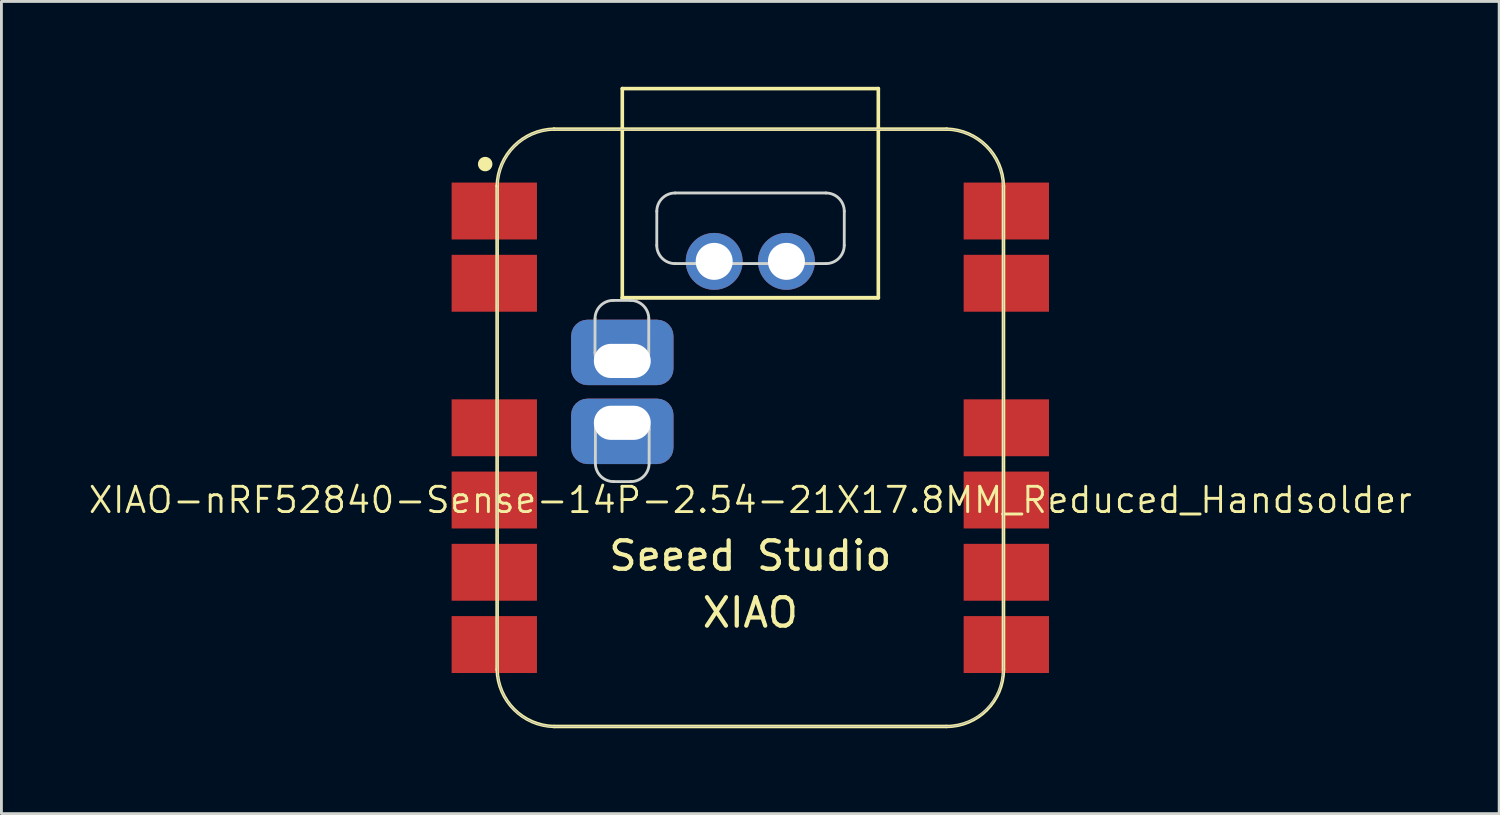
<source format=kicad_pcb>
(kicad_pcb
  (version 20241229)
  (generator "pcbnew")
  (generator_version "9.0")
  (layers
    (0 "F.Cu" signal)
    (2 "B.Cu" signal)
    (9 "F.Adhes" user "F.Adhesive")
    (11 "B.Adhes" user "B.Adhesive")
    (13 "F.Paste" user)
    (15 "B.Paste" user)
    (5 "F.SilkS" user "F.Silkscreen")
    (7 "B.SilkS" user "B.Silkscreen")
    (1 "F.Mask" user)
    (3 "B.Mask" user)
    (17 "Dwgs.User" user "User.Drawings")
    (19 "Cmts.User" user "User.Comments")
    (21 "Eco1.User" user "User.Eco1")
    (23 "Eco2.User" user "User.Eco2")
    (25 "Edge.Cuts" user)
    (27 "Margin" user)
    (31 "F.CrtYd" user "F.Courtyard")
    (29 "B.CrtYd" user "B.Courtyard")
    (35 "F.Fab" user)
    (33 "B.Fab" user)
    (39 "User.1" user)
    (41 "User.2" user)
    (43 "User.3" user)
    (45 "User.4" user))
  (footprint "XIAO-nRF52840-Sense-14P-2.54-21X17.8MM_Reduced_Handsolder"
    (layer "F.Cu")
    (at 23.326 11.988)
    (property "Reference" "XIAO-nRF52840-Sense-14P-2.54-21X17.8MM_Reduced_Handsolder" (at 0 2.54 0) (layer "F.SilkS") (effects (font (size 0.889 0.889) (thickness 0.102))))
    (attr smd)
    (fp_line (start -8.9 -8.5) (end -8.9 8.5) (stroke (width 0.127) (type solid)) (layer "F.SilkS"))
    (fp_line (start -6.9 10.5) (end 6.9 10.5) (stroke (width 0.127) (type solid)) (layer "F.SilkS"))
    (fp_line (start -4.5 -11.924) (end 4.5 -11.924) (stroke (width 0.127) (type solid)) (layer "F.SilkS"))
    (fp_line (start -4.5 -4.571) (end -4.5 -11.924) (stroke (width 0.127) (type solid)) (layer "F.SilkS"))
    (fp_line (start 4.5 -11.924) (end 4.5 -4.571) (stroke (width 0.127) (type solid)) (layer "F.SilkS"))
    (fp_line (start 4.5 -4.571) (end -4.5 -4.571) (stroke (width 0.127) (type solid)) (layer "F.SilkS"))
    (fp_line (start 4.5 -4.571) (end -4.5 -4.571) (stroke (width 0.127) (type solid)) (layer "F.SilkS"))
    (fp_line (start 6.9 -10.499) (end -6.9 -10.499) (stroke (width 0.127) (type solid)) (layer "F.SilkS"))
    (fp_line (start 8.9 8.5) (end 8.9 -8.5) (stroke (width 0.127) (type solid)) (layer "F.SilkS"))
    (fp_arc (start -8.9 -8.5) (mid -8.301491 -9.901491) (end -6.9 -10.5) (stroke (width 0.12) (type solid)) (layer "F.SilkS"))
    (fp_arc (start -6.9 10.5) (mid -8.301423 9.901423) (end -8.9 8.5) (stroke (width 0.12) (type solid)) (layer "F.SilkS"))
    (fp_arc (start 6.9 -10.5) (mid 8.301491 -9.901491) (end 8.9 -8.5) (stroke (width 0.12) (type solid)) (layer "F.SilkS"))
    (fp_arc (start 8.9 8.5) (mid 8.314214 9.914214) (end 6.9 10.5) (stroke (width 0.12) (type solid)) (layer "F.SilkS"))
    (fp_circle (center -9.32 -9.27) (end -9.32 -9.524) (stroke (width 0) (type solid)) (fill yes) (layer "F.SilkS"))
    (fp_poly (pts (xy -8.888 -8.562) (xy -8.885 -8.61) (xy -8.881 -8.659)) (stroke (width 0.025) (type solid)) (fill no) (layer "F.SilkS"))
    (fp_poly (pts (xy 8.889 8.522) (xy 8.888 8.571) (xy 8.885 8.62) (xy 8.881 8.669) (xy 8.875 8.717) (xy 8.869 8.766) (xy 8.861 8.815) (xy 8.852 8.863) (xy 8.842 8.911)) (stroke (width 0.025) (type solid)) (fill no) (layer "F.SilkS"))
    (fp_line (start -5.458 -3.835) (end -5.46 -2.64) (stroke (width 0.1) (type default)) (layer "Edge.Cuts"))
    (fp_line (start -5.445 0.054) (end -5.446 1.248) (stroke (width 0.1) (type default)) (layer "Edge.Cuts"))
    (fp_line (start -4.816 -1.996) (end -4.214 -1.996) (stroke (width 0.1) (type default)) (layer "Edge.Cuts"))
    (fp_line (start -4.815 -4.478) (end -4.213 -4.478) (stroke (width 0.1) (type default)) (layer "Edge.Cuts"))
    (fp_line (start -4.803 1.892) (end -4.2 1.892) (stroke (width 0.1) (type default)) (layer "Edge.Cuts"))
    (fp_line (start -4.801 -0.59) (end -4.199 -0.59) (stroke (width 0.1) (type default)) (layer "Edge.Cuts"))
    (fp_line (start -3.571 -2.64) (end -3.569 -3.835) (stroke (width 0.1) (type default)) (layer "Edge.Cuts"))
    (fp_line (start -3.557 1.248) (end -3.555 0.054) (stroke (width 0.1) (type default)) (layer "Edge.Cuts"))
    (fp_line (start -3.287 -7.61) (end -3.288 -6.415) (stroke (width 0.1) (type default)) (layer "Edge.Cuts"))
    (fp_line (start -2.645 -5.772) (end 2.658 -5.772) (stroke (width 0.1) (type default)) (layer "Edge.Cuts"))
    (fp_line (start -2.643 -8.254) (end 2.66 -8.254) (stroke (width 0.1) (type default)) (layer "Edge.Cuts"))
    (fp_line (start 3.302 -6.415) (end 3.304 -7.61) (stroke (width 0.1) (type default)) (layer "Edge.Cuts"))
    (fp_arc (start -5.458479 -3.834973) (mid -5.270001 -4.290001) (end -4.814973 -4.478479) (stroke (width 0.1) (type default)) (layer "Edge.Cuts"))
    (fp_arc (start -5.44462 0.053506) (mid -5.256142 -0.401522) (end -4.801114 -0.59) (stroke (width 0.1) (type default)) (layer "Edge.Cuts"))
    (fp_arc (start -4.816494 -1.996494) (mid -5.271522 -2.184972) (end -5.46 -2.64) (stroke (width 0.1) (type default)) (layer "Edge.Cuts"))
    (fp_arc (start -4.802635 1.891985) (mid -5.257663 1.703507) (end -5.446141 1.248479) (stroke (width 0.1) (type default)) (layer "Edge.Cuts"))
    (fp_arc (start -4.212745 -4.478479) (mid -3.757717 -4.290001) (end -3.569239 -3.834973) (stroke (width 0.1) (type default)) (layer "Edge.Cuts"))
    (fp_arc (start -4.198886 -0.59) (mid -3.743858 -0.401522) (end -3.55538 0.053506) (stroke (width 0.1) (type default)) (layer "Edge.Cuts"))
    (fp_arc (start -3.57076 -2.64) (mid -3.759238 -2.184972) (end -4.214266 -1.996494) (stroke (width 0.1) (type default)) (layer "Edge.Cuts"))
    (fp_arc (start -3.556901 1.248479) (mid -3.745379 1.703507) (end -4.200407 1.891985) (stroke (width 0.1) (type default)) (layer "Edge.Cuts"))
    (fp_arc (start -3.286957 -7.610001) (mid -3.098479 -8.065029) (end -2.643451 -8.253507) (stroke (width 0.1) (type default)) (layer "Edge.Cuts"))
    (fp_arc (start -2.644972 -5.771522) (mid -3.1 -5.96) (end -3.288478 -6.415028) (stroke (width 0.1) (type default)) (layer "Edge.Cuts"))
    (fp_arc (start 2.659999 -8.253507) (mid 3.115027 -8.065029) (end 3.303505 -7.610001) (stroke (width 0.1) (type default)) (layer "Edge.Cuts"))
    (fp_arc (start 3.301984 -6.415028) (mid 3.113504 -5.960002) (end 2.658478 -5.771522) (stroke (width 0.1) (type default)) (layer "Edge.Cuts"))
    (fp_line (start -8.9 -8.463) (end -8.9 8.473) (stroke (width 0.025) (type solid)) (layer "F.Fab"))
    (fp_line (start -8.89 8.473) (end -8.889 8.522) (stroke (width 0.025) (type solid)) (layer "F.Fab"))
    (fp_line (start -8.889 8.522) (end -8.888 8.571) (stroke (width 0.025) (type solid)) (layer "F.Fab"))
    (fp_line (start -8.888 -8.562) (end -8.889 -8.512) (stroke (width 0.025) (type solid)) (layer "F.Fab"))
    (fp_line (start -8.888 8.571) (end -8.885 8.62) (stroke (width 0.025) (type solid)) (layer "F.Fab"))
    (fp_line (start -8.885 -8.61) (end -8.888 -8.562) (stroke (width 0.025) (type solid)) (layer "F.Fab"))
    (fp_line (start -8.885 8.62) (end -8.881 8.669) (stroke (width 0.025) (type solid)) (layer "F.Fab"))
    (fp_line (start -8.881 -8.659) (end -8.885 -8.61) (stroke (width 0.025) (type solid)) (layer "F.Fab"))
    (fp_line (start -8.881 8.669) (end -8.875 8.717) (stroke (width 0.025) (type solid)) (layer "F.Fab"))
    (fp_line (start -8.875 -8.708) (end -8.881 -8.659) (stroke (width 0.025) (type solid)) (layer "F.Fab"))
    (fp_line (start -8.875 8.717) (end -8.869 8.766) (stroke (width 0.025) (type solid)) (layer "F.Fab"))
    (fp_line (start -8.869 -8.757) (end -8.875 -8.708) (stroke (width 0.025) (type solid)) (layer "F.Fab"))
    (fp_line (start -8.869 8.766) (end -8.861 8.815) (stroke (width 0.025) (type solid)) (layer "F.Fab"))
    (fp_line (start -8.861 -8.806) (end -8.869 -8.757) (stroke (width 0.025) (type solid)) (layer "F.Fab"))
    (fp_line (start -8.861 8.815) (end -8.852 8.863) (stroke (width 0.025) (type solid)) (layer "F.Fab"))
    (fp_line (start -8.852 -8.854) (end -8.861 -8.806) (stroke (width 0.025) (type solid)) (layer "F.Fab"))
    (fp_line (start -8.852 8.863) (end -8.842 8.911) (stroke (width 0.025) (type solid)) (layer "F.Fab"))
    (fp_line (start -8.842 -8.902) (end -8.852 -8.854) (stroke (width 0.025) (type solid)) (layer "F.Fab"))
    (fp_line (start -8.842 8.911) (end -8.831 8.959) (stroke (width 0.025) (type solid)) (layer "F.Fab"))
    (fp_line (start -8.831 -8.95) (end -8.842 -8.902) (stroke (width 0.025) (type solid)) (layer "F.Fab"))
    (fp_line (start -8.831 8.959) (end -8.819 9.006) (stroke (width 0.025) (type solid)) (layer "F.Fab"))
    (fp_line (start -8.819 -8.997) (end -8.831 -8.95) (stroke (width 0.025) (type solid)) (layer "F.Fab"))
    (fp_line (start -8.819 9.006) (end -8.805 9.054) (stroke (width 0.025) (type solid)) (layer "F.Fab"))
    (fp_line (start -8.805 -9.045) (end -8.819 -8.997) (stroke (width 0.025) (type solid)) (layer "F.Fab"))
    (fp_line (start -8.805 9.054) (end -8.79 9.1) (stroke (width 0.025) (type solid)) (layer "F.Fab"))
    (fp_line (start -8.79 -9.091) (end -8.805 -9.045) (stroke (width 0.025) (type solid)) (layer "F.Fab"))
    (fp_line (start -8.79 9.1) (end -8.775 9.147) (stroke (width 0.025) (type solid)) (layer "F.Fab"))
    (fp_line (start -8.775 -9.138) (end -8.79 -9.091) (stroke (width 0.025) (type solid)) (layer "F.Fab"))
    (fp_line (start -8.775 9.147) (end -8.758 9.193) (stroke (width 0.025) (type solid)) (layer "F.Fab"))
    (fp_line (start -8.758 -9.184) (end -8.775 -9.138) (stroke (width 0.025) (type solid)) (layer "F.Fab"))
    (fp_line (start -8.758 9.193) (end -8.74 9.239) (stroke (width 0.025) (type solid)) (layer "F.Fab"))
    (fp_line (start -8.74 -9.23) (end -8.758 -9.184) (stroke (width 0.025) (type solid)) (layer "F.Fab"))
    (fp_line (start -8.74 9.239) (end -8.721 9.284) (stroke (width 0.025) (type solid)) (layer "F.Fab"))
    (fp_line (start -8.721 -9.275) (end -8.74 -9.23) (stroke (width 0.025) (type solid)) (layer "F.Fab"))
    (fp_line (start -8.721 9.284) (end -8.701 9.329) (stroke (width 0.025) (type solid)) (layer "F.Fab"))
    (fp_line (start -8.701 -9.32) (end -8.721 -9.275) (stroke (width 0.025) (type solid)) (layer "F.Fab"))
    (fp_line (start -8.701 9.329) (end -8.679 9.373) (stroke (width 0.025) (type solid)) (layer "F.Fab"))
    (fp_line (start -8.679 -9.364) (end -8.701 -9.32) (stroke (width 0.025) (type solid)) (layer "F.Fab"))
    (fp_line (start -8.679 9.373) (end -8.657 9.417) (stroke (width 0.025) (type solid)) (layer "F.Fab"))
    (fp_line (start -8.657 -9.408) (end -8.679 -9.364) (stroke (width 0.025) (type solid)) (layer "F.Fab"))
    (fp_line (start -8.657 9.417) (end -8.634 9.46) (stroke (width 0.025) (type solid)) (layer "F.Fab"))
    (fp_line (start -8.634 -9.451) (end -8.657 -9.408) (stroke (width 0.025) (type solid)) (layer "F.Fab"))
    (fp_line (start -8.634 9.46) (end -8.61 9.503) (stroke (width 0.025) (type solid)) (layer "F.Fab"))
    (fp_line (start -8.61 -9.494) (end -8.634 -9.451) (stroke (width 0.025) (type solid)) (layer "F.Fab"))
    (fp_line (start -8.61 9.503) (end -8.584 9.545) (stroke (width 0.025) (type solid)) (layer "F.Fab"))
    (fp_line (start -8.584 -9.536) (end -8.61 -9.494) (stroke (width 0.025) (type solid)) (layer "F.Fab"))
    (fp_line (start -8.584 9.545) (end -8.558 9.586) (stroke (width 0.025) (type solid)) (layer "F.Fab"))
    (fp_line (start -8.558 -9.577) (end -8.584 -9.536) (stroke (width 0.025) (type solid)) (layer "F.Fab"))
    (fp_line (start -8.558 9.586) (end -8.53 9.627) (stroke (width 0.025) (type solid)) (layer "F.Fab"))
    (fp_line (start -8.53 -9.618) (end -8.558 -9.577) (stroke (width 0.025) (type solid)) (layer "F.Fab"))
    (fp_line (start -8.53 9.627) (end -8.502 9.667) (stroke (width 0.025) (type solid)) (layer "F.Fab"))
    (fp_line (start -8.502 -9.658) (end -8.53 -9.618) (stroke (width 0.025) (type solid)) (layer "F.Fab"))
    (fp_line (start -8.502 9.667) (end -8.473 9.706) (stroke (width 0.025) (type solid)) (layer "F.Fab"))
    (fp_line (start -8.473 -9.697) (end -8.502 -9.658) (stroke (width 0.025) (type solid)) (layer "F.Fab"))
    (fp_line (start -8.473 9.706) (end -8.442 9.745) (stroke (width 0.025) (type solid)) (layer "F.Fab"))
    (fp_line (start -8.442 -9.736) (end -8.473 -9.697) (stroke (width 0.025) (type solid)) (layer "F.Fab"))
    (fp_line (start -8.442 9.745) (end -8.411 9.783) (stroke (width 0.025) (type solid)) (layer "F.Fab"))
    (fp_line (start -8.411 -9.774) (end -8.442 -9.736) (stroke (width 0.025) (type solid)) (layer "F.Fab"))
    (fp_line (start -8.411 9.783) (end -8.379 9.82) (stroke (width 0.025) (type solid)) (layer "F.Fab"))
    (fp_line (start -8.379 -9.811) (end -8.411 -9.774) (stroke (width 0.025) (type solid)) (layer "F.Fab"))
    (fp_line (start -8.379 9.82) (end -8.346 9.856) (stroke (width 0.025) (type solid)) (layer "F.Fab"))
    (fp_line (start -8.346 -9.847) (end -8.379 -9.811) (stroke (width 0.025) (type solid)) (layer "F.Fab"))
    (fp_line (start -8.346 9.856) (end -8.312 9.892) (stroke (width 0.025) (type solid)) (layer "F.Fab"))
    (fp_line (start -8.312 -9.883) (end -8.346 -9.847) (stroke (width 0.025) (type solid)) (layer "F.Fab"))
    (fp_line (start -8.312 9.892) (end -8.277 9.927) (stroke (width 0.025) (type solid)) (layer "F.Fab"))
    (fp_line (start -8.277 -9.918) (end -8.312 -9.883) (stroke (width 0.025) (type solid)) (layer "F.Fab"))
    (fp_line (start -8.277 9.927) (end -8.242 9.96) (stroke (width 0.025) (type solid)) (layer "F.Fab"))
    (fp_line (start -8.242 -9.951) (end -8.277 -9.918) (stroke (width 0.025) (type solid)) (layer "F.Fab"))
    (fp_line (start -8.242 9.96) (end -8.205 9.994) (stroke (width 0.025) (type solid)) (layer "F.Fab"))
    (fp_line (start -8.205 -9.984) (end -8.242 -9.951) (stroke (width 0.025) (type solid)) (layer "F.Fab"))
    (fp_line (start -8.205 9.994) (end -8.168 10.026) (stroke (width 0.025) (type solid)) (layer "F.Fab"))
    (fp_line (start -8.168 -10.017) (end -8.205 -9.984) (stroke (width 0.025) (type solid)) (layer "F.Fab"))
    (fp_line (start -8.168 10.026) (end -8.13 10.057) (stroke (width 0.025) (type solid)) (layer "F.Fab"))
    (fp_line (start -8.13 -10.048) (end -8.168 -10.017) (stroke (width 0.025) (type solid)) (layer "F.Fab"))
    (fp_line (start -8.13 10.057) (end -8.092 10.087) (stroke (width 0.025) (type solid)) (layer "F.Fab"))
    (fp_line (start -8.092 -10.078) (end -8.13 -10.048) (stroke (width 0.025) (type solid)) (layer "F.Fab"))
    (fp_line (start -8.092 10.087) (end -8.052 10.116) (stroke (width 0.025) (type solid)) (layer "F.Fab"))
    (fp_line (start -8.052 -10.107) (end -8.092 -10.078) (stroke (width 0.025) (type solid)) (layer "F.Fab"))
    (fp_line (start -8.052 10.116) (end -8.012 10.145) (stroke (width 0.025) (type solid)) (layer "F.Fab"))
    (fp_line (start -8.012 -10.136) (end -8.052 -10.107) (stroke (width 0.025) (type solid)) (layer "F.Fab"))
    (fp_line (start -8.012 10.145) (end -7.972 10.172) (stroke (width 0.025) (type solid)) (layer "F.Fab"))
    (fp_line (start -7.972 -10.163) (end -8.012 -10.136) (stroke (width 0.025) (type solid)) (layer "F.Fab"))
    (fp_line (start -7.972 10.172) (end -7.93 10.199) (stroke (width 0.025) (type solid)) (layer "F.Fab"))
    (fp_line (start -7.93 -10.19) (end -7.972 -10.163) (stroke (width 0.025) (type solid)) (layer "F.Fab"))
    (fp_line (start -7.93 10.199) (end -7.888 10.224) (stroke (width 0.025) (type solid)) (layer "F.Fab"))
    (fp_line (start -7.888 -10.215) (end -7.93 -10.19) (stroke (width 0.025) (type solid)) (layer "F.Fab"))
    (fp_line (start -7.888 10.224) (end -7.846 10.249) (stroke (width 0.025) (type solid)) (layer "F.Fab"))
    (fp_line (start -7.846 -10.239) (end -7.888 -10.215) (stroke (width 0.025) (type solid)) (layer "F.Fab"))
    (fp_line (start -7.846 10.249) (end -7.802 10.272) (stroke (width 0.025) (type solid)) (layer "F.Fab"))
    (fp_line (start -7.802 -10.263) (end -7.846 -10.239) (stroke (width 0.025) (type solid)) (layer "F.Fab"))
    (fp_line (start -7.802 10.272) (end -7.759 10.294) (stroke (width 0.025) (type solid)) (layer "F.Fab"))
    (fp_line (start -7.759 -10.285) (end -7.802 -10.263) (stroke (width 0.025) (type solid)) (layer "F.Fab"))
    (fp_line (start -7.759 10.294) (end -7.714 10.315) (stroke (width 0.025) (type solid)) (layer "F.Fab"))
    (fp_line (start -7.714 -10.306) (end -7.759 -10.285) (stroke (width 0.025) (type solid)) (layer "F.Fab"))
    (fp_line (start -7.714 10.315) (end -7.67 10.335) (stroke (width 0.025) (type solid)) (layer "F.Fab"))
    (fp_line (start -7.67 -10.326) (end -7.714 -10.306) (stroke (width 0.025) (type solid)) (layer "F.Fab"))
    (fp_line (start -7.67 10.335) (end -7.624 10.354) (stroke (width 0.025) (type solid)) (layer "F.Fab"))
    (fp_line (start -7.624 -10.345) (end -7.67 -10.326) (stroke (width 0.025) (type solid)) (layer "F.Fab"))
    (fp_line (start -7.624 10.354) (end -7.579 10.372) (stroke (width 0.025) (type solid)) (layer "F.Fab"))
    (fp_line (start -7.579 -10.363) (end -7.624 -10.345) (stroke (width 0.025) (type solid)) (layer "F.Fab"))
    (fp_line (start -7.579 10.372) (end -7.532 10.389) (stroke (width 0.025) (type solid)) (layer "F.Fab"))
    (fp_line (start -7.532 -10.38) (end -7.579 -10.363) (stroke (width 0.025) (type solid)) (layer "F.Fab"))
    (fp_line (start -7.532 10.389) (end -7.486 10.405) (stroke (width 0.025) (type solid)) (layer "F.Fab"))
    (fp_line (start -7.486 -10.396) (end -7.532 -10.38) (stroke (width 0.025) (type solid)) (layer "F.Fab"))
    (fp_line (start -7.486 10.405) (end -7.439 10.42) (stroke (width 0.025) (type solid)) (layer "F.Fab"))
    (fp_line (start -7.439 -10.411) (end -7.486 -10.396) (stroke (width 0.025) (type solid)) (layer "F.Fab"))
    (fp_line (start -7.439 10.42) (end -7.392 10.433) (stroke (width 0.025) (type solid)) (layer "F.Fab"))
    (fp_line (start -7.392 -10.424) (end -7.439 -10.411) (stroke (width 0.025) (type solid)) (layer "F.Fab"))
    (fp_line (start -7.392 10.433) (end -7.344 10.446) (stroke (width 0.025) (type solid)) (layer "F.Fab"))
    (fp_line (start -7.344 -10.436) (end -7.392 -10.424) (stroke (width 0.025) (type solid)) (layer "F.Fab"))
    (fp_line (start -7.344 10.446) (end -7.296 10.457) (stroke (width 0.025) (type solid)) (layer "F.Fab"))
    (fp_line (start -7.296 -10.448) (end -7.344 -10.436) (stroke (width 0.025) (type solid)) (layer "F.Fab"))
    (fp_line (start -7.296 10.457) (end -7.248 10.467) (stroke (width 0.025) (type solid)) (layer "F.Fab"))
    (fp_line (start -7.248 -10.458) (end -7.296 -10.448) (stroke (width 0.025) (type solid)) (layer "F.Fab"))
    (fp_line (start -7.248 10.467) (end -7.2 10.476) (stroke (width 0.025) (type solid)) (layer "F.Fab"))
    (fp_line (start -7.2 -10.466) (end -7.248 -10.458) (stroke (width 0.025) (type solid)) (layer "F.Fab"))
    (fp_line (start -7.2 10.476) (end -7.152 10.483) (stroke (width 0.025) (type solid)) (layer "F.Fab"))
    (fp_line (start -7.152 -10.474) (end -7.2 -10.466) (stroke (width 0.025) (type solid)) (layer "F.Fab"))
    (fp_line (start -7.152 10.483) (end -7.103 10.49) (stroke (width 0.025) (type solid)) (layer "F.Fab"))
    (fp_line (start -7.103 -10.481) (end -7.152 -10.474) (stroke (width 0.025) (type solid)) (layer "F.Fab"))
    (fp_line (start -7.103 10.49) (end -7.054 10.495) (stroke (width 0.025) (type solid)) (layer "F.Fab"))
    (fp_line (start -7.054 -10.486) (end -7.103 -10.481) (stroke (width 0.025) (type solid)) (layer "F.Fab"))
    (fp_line (start -7.054 10.495) (end -7.005 10.499) (stroke (width 0.025) (type solid)) (layer "F.Fab"))
    (fp_line (start -7.005 -10.49) (end -7.054 -10.486) (stroke (width 0.025) (type solid)) (layer "F.Fab"))
    (fp_line (start -7.005 10.499) (end -6.956 10.502) (stroke (width 0.025) (type solid)) (layer "F.Fab"))
    (fp_line (start -6.956 -10.493) (end -7.005 -10.49) (stroke (width 0.025) (type solid)) (layer "F.Fab"))
    (fp_line (start -6.956 10.502) (end -6.907 10.504) (stroke (width 0.025) (type solid)) (layer "F.Fab"))
    (fp_line (start -6.907 -10.495) (end -6.956 -10.493) (stroke (width 0.025) (type solid)) (layer "F.Fab"))
    (fp_line (start -6.907 10.504) (end -6.858 10.505) (stroke (width 0.025) (type solid)) (layer "F.Fab"))
    (fp_line (start -6.858 -10.495) (end -6.907 -10.495) (stroke (width 0.025) (type solid)) (layer "F.Fab"))
    (fp_line (start -6.858 10.505) (end 6.858 10.505) (stroke (width 0.025) (type solid)) (layer "F.Fab"))
    (fp_line (start 6.858 -10.495) (end -6.858 -10.495) (stroke (width 0.025) (type solid)) (layer "F.Fab"))
    (fp_line (start 6.858 10.505) (end 6.907 10.504) (stroke (width 0.025) (type solid)) (layer "F.Fab"))
    (fp_line (start 6.907 -10.495) (end 6.858 -10.495) (stroke (width 0.025) (type solid)) (layer "F.Fab"))
    (fp_line (start 6.907 10.504) (end 6.956 10.502) (stroke (width 0.025) (type solid)) (layer "F.Fab"))
    (fp_line (start 6.956 -10.493) (end 6.907 -10.495) (stroke (width 0.025) (type solid)) (layer "F.Fab"))
    (fp_line (start 6.956 10.502) (end 7.005 10.499) (stroke (width 0.025) (type solid)) (layer "F.Fab"))
    (fp_line (start 7.005 -10.49) (end 6.956 -10.493) (stroke (width 0.025) (type solid)) (layer "F.Fab"))
    (fp_line (start 7.005 10.499) (end 7.054 10.495) (stroke (width 0.025) (type solid)) (layer "F.Fab"))
    (fp_line (start 7.054 -10.486) (end 7.005 -10.49) (stroke (width 0.025) (type solid)) (layer "F.Fab"))
    (fp_line (start 7.054 10.495) (end 7.103 10.49) (stroke (width 0.025) (type solid)) (layer "F.Fab"))
    (fp_line (start 7.103 -10.481) (end 7.054 -10.486) (stroke (width 0.025) (type solid)) (layer "F.Fab"))
    (fp_line (start 7.103 10.49) (end 7.152 10.483) (stroke (width 0.025) (type solid)) (layer "F.Fab"))
    (fp_line (start 7.152 -10.474) (end 7.103 -10.481) (stroke (width 0.025) (type solid)) (layer "F.Fab"))
    (fp_line (start 7.152 10.483) (end 7.2 10.476) (stroke (width 0.025) (type solid)) (layer "F.Fab"))
    (fp_line (start 7.2 -10.466) (end 7.152 -10.474) (stroke (width 0.025) (type solid)) (layer "F.Fab"))
    (fp_line (start 7.2 10.476) (end 7.248 10.467) (stroke (width 0.025) (type solid)) (layer "F.Fab"))
    (fp_line (start 7.248 -10.458) (end 7.2 -10.466) (stroke (width 0.025) (type solid)) (layer "F.Fab"))
    (fp_line (start 7.248 10.467) (end 7.296 10.457) (stroke (width 0.025) (type solid)) (layer "F.Fab"))
    (fp_line (start 7.296 -10.448) (end 7.248 -10.458) (stroke (width 0.025) (type solid)) (layer "F.Fab"))
    (fp_line (start 7.296 10.457) (end 7.344 10.446) (stroke (width 0.025) (type solid)) (layer "F.Fab"))
    (fp_line (start 7.344 -10.436) (end 7.296 -10.448) (stroke (width 0.025) (type solid)) (layer "F.Fab"))
    (fp_line (start 7.344 10.446) (end 7.392 10.433) (stroke (width 0.025) (type solid)) (layer "F.Fab"))
    (fp_line (start 7.392 -10.424) (end 7.344 -10.436) (stroke (width 0.025) (type solid)) (layer "F.Fab"))
    (fp_line (start 7.392 10.433) (end 7.439 10.42) (stroke (width 0.025) (type solid)) (layer "F.Fab"))
    (fp_line (start 7.439 -10.411) (end 7.392 -10.424) (stroke (width 0.025) (type solid)) (layer "F.Fab"))
    (fp_line (start 7.439 10.42) (end 7.486 10.405) (stroke (width 0.025) (type solid)) (layer "F.Fab"))
    (fp_line (start 7.486 -10.396) (end 7.439 -10.411) (stroke (width 0.025) (type solid)) (layer "F.Fab"))
    (fp_line (start 7.486 10.405) (end 7.532 10.389) (stroke (width 0.025) (type solid)) (layer "F.Fab"))
    (fp_line (start 7.532 -10.38) (end 7.486 -10.396) (stroke (width 0.025) (type solid)) (layer "F.Fab"))
    (fp_line (start 7.532 10.389) (end 7.579 10.372) (stroke (width 0.025) (type solid)) (layer "F.Fab"))
    (fp_line (start 7.579 -10.363) (end 7.532 -10.38) (stroke (width 0.025) (type solid)) (layer "F.Fab"))
    (fp_line (start 7.579 10.372) (end 7.624 10.354) (stroke (width 0.025) (type solid)) (layer "F.Fab"))
    (fp_line (start 7.624 -10.345) (end 7.579 -10.363) (stroke (width 0.025) (type solid)) (layer "F.Fab"))
    (fp_line (start 7.624 10.354) (end 7.67 10.335) (stroke (width 0.025) (type solid)) (layer "F.Fab"))
    (fp_line (start 7.67 -10.326) (end 7.624 -10.345) (stroke (width 0.025) (type solid)) (layer "F.Fab"))
    (fp_line (start 7.67 10.335) (end 7.714 10.315) (stroke (width 0.025) (type solid)) (layer "F.Fab"))
    (fp_line (start 7.714 -10.306) (end 7.67 -10.326) (stroke (width 0.025) (type solid)) (layer "F.Fab"))
    (fp_line (start 7.714 10.315) (end 7.759 10.294) (stroke (width 0.025) (type solid)) (layer "F.Fab"))
    (fp_line (start 7.759 -10.285) (end 7.714 -10.306) (stroke (width 0.025) (type solid)) (layer "F.Fab"))
    (fp_line (start 7.759 10.294) (end 7.802 10.272) (stroke (width 0.025) (type solid)) (layer "F.Fab"))
    (fp_line (start 7.802 -10.263) (end 7.759 -10.285) (stroke (width 0.025) (type solid)) (layer "F.Fab"))
    (fp_line (start 7.802 10.272) (end 7.846 10.249) (stroke (width 0.025) (type solid)) (layer "F.Fab"))
    (fp_line (start 7.846 -10.239) (end 7.802 -10.263) (stroke (width 0.025) (type solid)) (layer "F.Fab"))
    (fp_line (start 7.846 10.249) (end 7.888 10.224) (stroke (width 0.025) (type solid)) (layer "F.Fab"))
    (fp_line (start 7.888 -10.215) (end 7.846 -10.239) (stroke (width 0.025) (type solid)) (layer "F.Fab"))
    (fp_line (start 7.888 10.224) (end 7.93 10.199) (stroke (width 0.025) (type solid)) (layer "F.Fab"))
    (fp_line (start 7.93 -10.19) (end 7.888 -10.215) (stroke (width 0.025) (type solid)) (layer "F.Fab"))
    (fp_line (start 7.93 10.199) (end 7.972 10.172) (stroke (width 0.025) (type solid)) (layer "F.Fab"))
    (fp_line (start 7.972 -10.163) (end 7.93 -10.19) (stroke (width 0.025) (type solid)) (layer "F.Fab"))
    (fp_line (start 7.972 10.172) (end 8.012 10.145) (stroke (width 0.025) (type solid)) (layer "F.Fab"))
    (fp_line (start 8.012 -10.136) (end 7.972 -10.163) (stroke (width 0.025) (type solid)) (layer "F.Fab"))
    (fp_line (start 8.012 10.145) (end 8.052 10.116) (stroke (width 0.025) (type solid)) (layer "F.Fab"))
    (fp_line (start 8.052 -10.107) (end 8.012 -10.136) (stroke (width 0.025) (type solid)) (layer "F.Fab"))
    (fp_line (start 8.052 10.116) (end 8.092 10.087) (stroke (width 0.025) (type solid)) (layer "F.Fab"))
    (fp_line (start 8.092 -10.078) (end 8.052 -10.107) (stroke (width 0.025) (type solid)) (layer "F.Fab"))
    (fp_line (start 8.092 10.087) (end 8.13 10.057) (stroke (width 0.025) (type solid)) (layer "F.Fab"))
    (fp_line (start 8.13 -10.048) (end 8.092 -10.078) (stroke (width 0.025) (type solid)) (layer "F.Fab"))
    (fp_line (start 8.13 10.057) (end 8.168 10.026) (stroke (width 0.025) (type solid)) (layer "F.Fab"))
    (fp_line (start 8.168 -10.017) (end 8.13 -10.048) (stroke (width 0.025) (type solid)) (layer "F.Fab"))
    (fp_line (start 8.168 10.026) (end 8.205 9.994) (stroke (width 0.025) (type solid)) (layer "F.Fab"))
    (fp_line (start 8.205 -9.984) (end 8.168 -10.017) (stroke (width 0.025) (type solid)) (layer "F.Fab"))
    (fp_line (start 8.205 9.994) (end 8.242 9.96) (stroke (width 0.025) (type solid)) (layer "F.Fab"))
    (fp_line (start 8.242 -9.951) (end 8.205 -9.984) (stroke (width 0.025) (type solid)) (layer "F.Fab"))
    (fp_line (start 8.242 9.96) (end 8.277 9.927) (stroke (width 0.025) (type solid)) (layer "F.Fab"))
    (fp_line (start 8.277 -9.918) (end 8.242 -9.951) (stroke (width 0.025) (type solid)) (layer "F.Fab"))
    (fp_line (start 8.277 9.927) (end 8.312 9.892) (stroke (width 0.025) (type solid)) (layer "F.Fab"))
    (fp_line (start 8.312 -9.883) (end 8.277 -9.918) (stroke (width 0.025) (type solid)) (layer "F.Fab"))
    (fp_line (start 8.312 9.892) (end 8.346 9.856) (stroke (width 0.025) (type solid)) (layer "F.Fab"))
    (fp_line (start 8.346 -9.847) (end 8.312 -9.883) (stroke (width 0.025) (type solid)) (layer "F.Fab"))
    (fp_line (start 8.346 9.856) (end 8.379 9.82) (stroke (width 0.025) (type solid)) (layer "F.Fab"))
    (fp_line (start 8.379 -9.811) (end 8.346 -9.847) (stroke (width 0.025) (type solid)) (layer "F.Fab"))
    (fp_line (start 8.379 9.82) (end 8.411 9.783) (stroke (width 0.025) (type solid)) (layer "F.Fab"))
    (fp_line (start 8.411 -9.774) (end 8.379 -9.811) (stroke (width 0.025) (type solid)) (layer "F.Fab"))
    (fp_line (start 8.411 9.783) (end 8.442 9.745) (stroke (width 0.025) (type solid)) (layer "F.Fab"))
    (fp_line (start 8.442 -9.736) (end 8.411 -9.774) (stroke (width 0.025) (type solid)) (layer "F.Fab"))
    (fp_line (start 8.442 9.745) (end 8.473 9.706) (stroke (width 0.025) (type solid)) (layer "F.Fab"))
    (fp_line (start 8.473 -9.697) (end 8.442 -9.736) (stroke (width 0.025) (type solid)) (layer "F.Fab"))
    (fp_line (start 8.473 9.706) (end 8.502 9.667) (stroke (width 0.025) (type solid)) (layer "F.Fab"))
    (fp_line (start 8.502 -9.658) (end 8.473 -9.697) (stroke (width 0.025) (type solid)) (layer "F.Fab"))
    (fp_line (start 8.502 9.667) (end 8.53 9.627) (stroke (width 0.025) (type solid)) (layer "F.Fab"))
    (fp_line (start 8.53 -9.618) (end 8.502 -9.658) (stroke (width 0.025) (type solid)) (layer "F.Fab"))
    (fp_line (start 8.53 9.627) (end 8.558 9.586) (stroke (width 0.025) (type solid)) (layer "F.Fab"))
    (fp_line (start 8.558 -9.577) (end 8.53 -9.618) (stroke (width 0.025) (type solid)) (layer "F.Fab"))
    (fp_line (start 8.558 9.586) (end 8.584 9.545) (stroke (width 0.025) (type solid)) (layer "F.Fab"))
    (fp_line (start 8.584 -9.536) (end 8.558 -9.577) (stroke (width 0.025) (type solid)) (layer "F.Fab"))
    (fp_line (start 8.584 9.545) (end 8.61 9.503) (stroke (width 0.025) (type solid)) (layer "F.Fab"))
    (fp_line (start 8.61 -9.494) (end 8.584 -9.536) (stroke (width 0.025) (type solid)) (layer "F.Fab"))
    (fp_line (start 8.61 9.503) (end 8.634 9.46) (stroke (width 0.025) (type solid)) (layer "F.Fab"))
    (fp_line (start 8.634 -9.451) (end 8.61 -9.494) (stroke (width 0.025) (type solid)) (layer "F.Fab"))
    (fp_line (start 8.634 9.46) (end 8.657 9.417) (stroke (width 0.025) (type solid)) (layer "F.Fab"))
    (fp_line (start 8.657 -9.408) (end 8.634 -9.451) (stroke (width 0.025) (type solid)) (layer "F.Fab"))
    (fp_line (start 8.657 9.417) (end 8.679 9.373) (stroke (width 0.025) (type solid)) (layer "F.Fab"))
    (fp_line (start 8.679 -9.364) (end 8.657 -9.408) (stroke (width 0.025) (type solid)) (layer "F.Fab"))
    (fp_line (start 8.679 9.373) (end 8.701 9.329) (stroke (width 0.025) (type solid)) (layer "F.Fab"))
    (fp_line (start 8.701 -9.32) (end 8.679 -9.364) (stroke (width 0.025) (type solid)) (layer "F.Fab"))
    (fp_line (start 8.701 9.329) (end 8.721 9.284) (stroke (width 0.025) (type solid)) (layer "F.Fab"))
    (fp_line (start 8.721 -9.275) (end 8.701 -9.32) (stroke (width 0.025) (type solid)) (layer "F.Fab"))
    (fp_line (start 8.721 9.284) (end 8.74 9.239) (stroke (width 0.025) (type solid)) (layer "F.Fab"))
    (fp_line (start 8.74 -9.23) (end 8.721 -9.275) (stroke (width 0.025) (type solid)) (layer "F.Fab"))
    (fp_line (start 8.74 9.239) (end 8.758 9.193) (stroke (width 0.025) (type solid)) (layer "F.Fab"))
    (fp_line (start 8.758 -9.184) (end 8.74 -9.23) (stroke (width 0.025) (type solid)) (layer "F.Fab"))
    (fp_line (start 8.758 9.193) (end 8.775 9.147) (stroke (width 0.025) (type solid)) (layer "F.Fab"))
    (fp_line (start 8.775 -9.138) (end 8.758 -9.184) (stroke (width 0.025) (type solid)) (layer "F.Fab"))
    (fp_line (start 8.775 9.147) (end 8.79 9.1) (stroke (width 0.025) (type solid)) (layer "F.Fab"))
    (fp_line (start 8.79 -9.091) (end 8.775 -9.138) (stroke (width 0.025) (type solid)) (layer "F.Fab"))
    (fp_line (start 8.79 9.1) (end 8.805 9.054) (stroke (width 0.025) (type solid)) (layer "F.Fab"))
    (fp_line (start 8.805 -9.045) (end 8.79 -9.091) (stroke (width 0.025) (type solid)) (layer "F.Fab"))
    (fp_line (start 8.805 9.054) (end 8.819 9.006) (stroke (width 0.025) (type solid)) (layer "F.Fab"))
    (fp_line (start 8.819 -8.997) (end 8.805 -9.045) (stroke (width 0.025) (type solid)) (layer "F.Fab"))
    (fp_line (start 8.819 9.006) (end 8.831 8.959) (stroke (width 0.025) (type solid)) (layer "F.Fab"))
    (fp_line (start 8.831 -8.95) (end 8.819 -8.997) (stroke (width 0.025) (type solid)) (layer "F.Fab"))
    (fp_line (start 8.831 8.959) (end 8.842 8.911) (stroke (width 0.025) (type solid)) (layer "F.Fab"))
    (fp_line (start 8.842 -8.902) (end 8.831 -8.95) (stroke (width 0.025) (type solid)) (layer "F.Fab"))
    (fp_line (start 8.842 8.911) (end 8.852 8.863) (stroke (width 0.025) (type solid)) (layer "F.Fab"))
    (fp_line (start 8.852 -8.854) (end 8.842 -8.902) (stroke (width 0.025) (type solid)) (layer "F.Fab"))
    (fp_line (start 8.852 8.863) (end 8.861 8.815) (stroke (width 0.025) (type solid)) (layer "F.Fab"))
    (fp_line (start 8.861 -8.806) (end 8.852 -8.854) (stroke (width 0.025) (type solid)) (layer "F.Fab"))
    (fp_line (start 8.861 8.815) (end 8.869 8.766) (stroke (width 0.025) (type solid)) (layer "F.Fab"))
    (fp_line (start 8.869 -8.757) (end 8.861 -8.806) (stroke (width 0.025) (type solid)) (layer "F.Fab"))
    (fp_line (start 8.869 8.766) (end 8.875 8.717) (stroke (width 0.025) (type solid)) (layer "F.Fab"))
    (fp_line (start 8.875 -8.708) (end 8.869 -8.757) (stroke (width 0.025) (type solid)) (layer "F.Fab"))
    (fp_line (start 8.875 8.717) (end 8.881 8.669) (stroke (width 0.025) (type solid)) (layer "F.Fab"))
    (fp_line (start 8.881 -8.659) (end 8.875 -8.708) (stroke (width 0.025) (type solid)) (layer "F.Fab"))
    (fp_line (start 8.881 8.669) (end 8.885 8.62) (stroke (width 0.025) (type solid)) (layer "F.Fab"))
    (fp_line (start 8.885 -8.61) (end 8.881 -8.659) (stroke (width 0.025) (type solid)) (layer "F.Fab"))
    (fp_line (start 8.885 8.62) (end 8.888 8.571) (stroke (width 0.025) (type solid)) (layer "F.Fab"))
    (fp_line (start 8.888 -8.562) (end 8.885 -8.61) (stroke (width 0.025) (type solid)) (layer "F.Fab"))
    (fp_line (start 8.888 8.571) (end 8.889 8.522) (stroke (width 0.025) (type solid)) (layer "F.Fab"))
    (fp_line (start 8.889 -8.512) (end 8.888 -8.562) (stroke (width 0.025) (type solid)) (layer "F.Fab"))
    (fp_line (start 8.889 8.522) (end 8.89 8.473) (stroke (width 0.025) (type solid)) (layer "F.Fab"))
    (fp_line (start 8.89 -8.463) (end 8.889 -8.512) (stroke (width 0.025) (type solid)) (layer "F.Fab"))
    (fp_line (start 8.9 8.473) (end 8.9 -8.463) (stroke (width 0.025) (type solid)) (layer "F.Fab"))
    (fp_rect (start -5.65 -2.82) (end -3.35 -1.57) (stroke (width 0.1) (type default)) (fill no) (layer "User.9"))
    (fp_rect (start -5.65 -0.93) (end -3.35 0.38) (stroke (width 0.1) (type default)) (fill no) (layer "User.9"))
    (fp_text user "XIAO" (at 0 6.5 0) (unlocked yes) (layer "F.SilkS") (effects (font (size 1 1) (thickness 0.15))))
    (fp_text user "Seeed Studio" (at 0 4.5 0) (unlocked yes) (layer "F.SilkS") (effects (font (size 1 1) (thickness 0.15))))
    (pad "1" smd rect (at -9 -7.62) (size 3 2) (layers "F.Cu" "F.Mask" "F.Paste"))
    (pad "2" smd rect (at -9 -5.08) (size 3 2) (layers "F.Cu" "F.Mask" "F.Paste"))
    (pad "4" smd rect (at -9 0) (size 3 2) (layers "F.Cu" "F.Mask" "F.Paste"))
    (pad "5" smd rect (at -9 2.54) (size 3 2) (layers "F.Cu" "F.Mask" "F.Paste"))
    (pad "6" smd rect (at -9 5.08 180) (size 3 2) (layers "F.Cu" "F.Mask" "F.Paste"))
    (pad "7" smd rect (at -9 7.62) (size 3 2) (layers "F.Cu" "F.Mask" "F.Paste"))
    (pad "8" smd rect (at 9 7.62) (size 3 2) (layers "F.Cu" "F.Mask" "F.Paste"))
    (pad "9" smd rect (at 9 5.08) (size 3 2) (layers "F.Cu" "F.Mask" "F.Paste"))
    (pad "10" smd rect (at 9 2.54) (size 3 2) (layers "F.Cu" "F.Mask" "F.Paste"))
    (pad "11" smd rect (at 9 0) (size 3 2) (layers "F.Cu" "F.Mask" "F.Paste"))
    (pad "13" smd rect (at 9 -5.08) (size 3 2) (layers "F.Cu" "F.Mask" "F.Paste"))
    (pad "14" smd rect (at 9 -7.62) (size 3 2) (layers "F.Cu" "F.Mask" "F.Paste"))
    (pad "19" thru_hole circle (at -1.27 -5.85 90) (size 2 2) (drill 1.3) (layers "*.Cu" "*.Mask"))
    (pad "20" thru_hole circle (at 1.27 -5.85 90) (size 2 2) (drill 1.3) (layers "*.Cu" "*.Mask"))
    (pad "21" thru_hole roundrect (at -4.5 -2.35 180) (size 3.6 2.3) (drill oval 2 1.2 (offset 0 0.3)) (layers "*.Cu" "*.Mask") (roundrect_rratio 0.25))
    (pad "22" thru_hole roundrect (at -4.5 -0.175 180) (size 3.6 2.3) (drill oval 2 1.2 (offset 0 -0.3)) (layers "*.Cu" "*.Mask") (roundrect_rratio 0.25)))
  (gr_rect
    (start -3 -3)
    (end 49.651 25.551)
    (stroke (width 0.1) (type default))
    (fill no)
    (layer "Edge.Cuts")))
</source>
